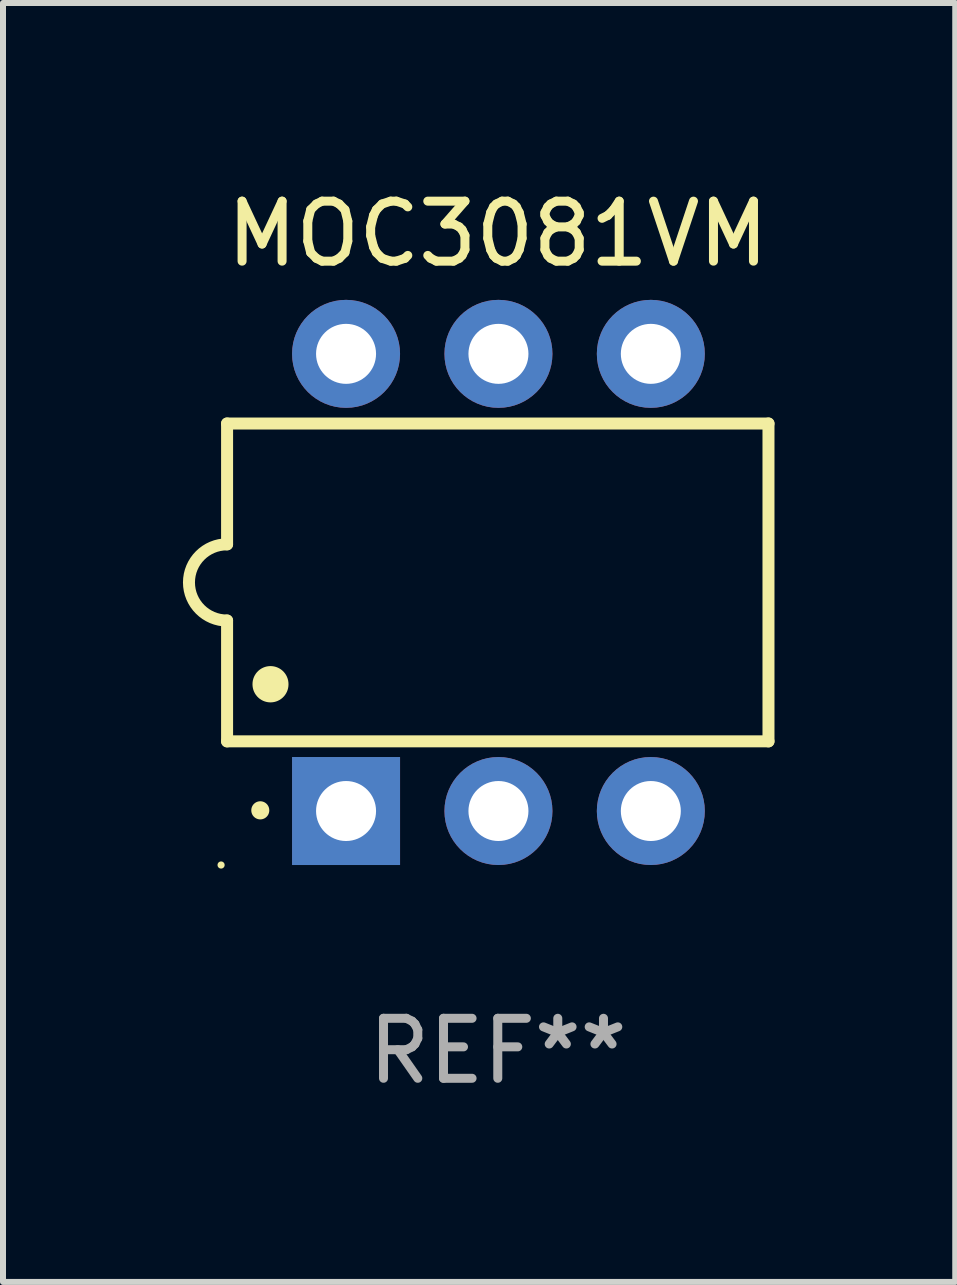
<source format=kicad_pcb>
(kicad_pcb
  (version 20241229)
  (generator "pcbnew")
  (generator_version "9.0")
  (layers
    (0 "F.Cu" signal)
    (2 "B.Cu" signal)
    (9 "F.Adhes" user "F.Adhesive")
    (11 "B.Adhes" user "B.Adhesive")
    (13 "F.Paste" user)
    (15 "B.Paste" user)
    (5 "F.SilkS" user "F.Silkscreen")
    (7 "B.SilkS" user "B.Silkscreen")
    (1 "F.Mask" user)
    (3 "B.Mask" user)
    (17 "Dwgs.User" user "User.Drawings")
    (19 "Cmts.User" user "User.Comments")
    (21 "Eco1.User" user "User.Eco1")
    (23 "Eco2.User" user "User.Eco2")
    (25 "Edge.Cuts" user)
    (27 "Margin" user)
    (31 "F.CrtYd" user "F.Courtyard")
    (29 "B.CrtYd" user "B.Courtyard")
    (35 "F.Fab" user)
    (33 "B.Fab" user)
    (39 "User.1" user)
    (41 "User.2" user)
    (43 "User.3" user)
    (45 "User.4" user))
  (footprint "MOC3081VM"
    (layer "F.Cu")
    (at 5.247 6.658)
    (property "Reference" "MOC3081VM" (at 0 -5.81 0) (layer "F.SilkS") (effects (font (size 1 1) (thickness 0.15))))
    (attr through_hole)
    (fp_line (start -4.512 -2.649) (end 4.512 -2.649) (stroke (width 0.2) (type solid)) (layer "F.SilkS"))
    (fp_line (start -4.512 -0.635) (end -4.512 -2.649) (stroke (width 0.2) (type solid)) (layer "F.SilkS"))
    (fp_line (start -4.512 2.649) (end -4.512 0.635) (stroke (width 0.2) (type solid)) (layer "F.SilkS"))
    (fp_line (start 4.512 -2.649) (end 4.512 2.649) (stroke (width 0.2) (type solid)) (layer "F.SilkS"))
    (fp_line (start 4.512 2.649) (end -4.512 2.649) (stroke (width 0.2) (type solid)) (layer "F.SilkS"))
    (fp_arc (start -4.512319 0.635001) (mid -5.14732 0) (end -4.512319 -0.635001) (stroke (width 0.2) (type solid)) (layer "F.SilkS"))
    (fp_arc (start -3.958598 3.799848) (mid -3.958603 3.798578) (end -3.958598 3.797308) (stroke (width 0.3) (type solid)) (layer "F.SilkS"))
    (fp_arc (start -3.788418 1.699263) (mid -3.788429 1.696723) (end -3.788418 1.694183) (stroke (width 0.6) (type solid)) (layer "F.SilkS"))
    (fp_circle (center -4.612 4.71) (end -4.582 4.71) (stroke (width 0.06) (type solid)) (fill no) (layer "F.SilkS"))
    (fp_text user "REF**" (at 0 7.81 0) (layer "F.Fab") (effects (font (size 1 1) (thickness 0.15))))
    (pad "1" thru_hole rect (at -2.529 3.81 90) (size 1.8 1.8) (drill 1) (layers "*.Cu" "*.Mask"))
    (pad "2" thru_hole circle (at 0.011 3.81) (size 1.8 1.8) (drill 1) (layers "*.Cu" "*.Mask"))
    (pad "3" thru_hole circle (at 2.551 3.81) (size 1.8 1.8) (drill 1) (layers "*.Cu" "*.Mask"))
    (pad "4" thru_hole circle (at 2.551 -3.81) (size 1.8 1.8) (drill 1) (layers "*.Cu" "*.Mask"))
    (pad "5" thru_hole circle (at 0.011 -3.81) (size 1.8 1.8) (drill 1) (layers "*.Cu" "*.Mask"))
    (pad "6" thru_hole circle (at -2.529 -3.81) (size 1.8 1.8) (drill 1) (layers "*.Cu" "*.Mask")))
  (gr_rect
    (start -3 -3)
    (end 12.872 18.317)
    (stroke (width 0.1) (type default))
    (fill no)
    (layer "Edge.Cuts")))
</source>
